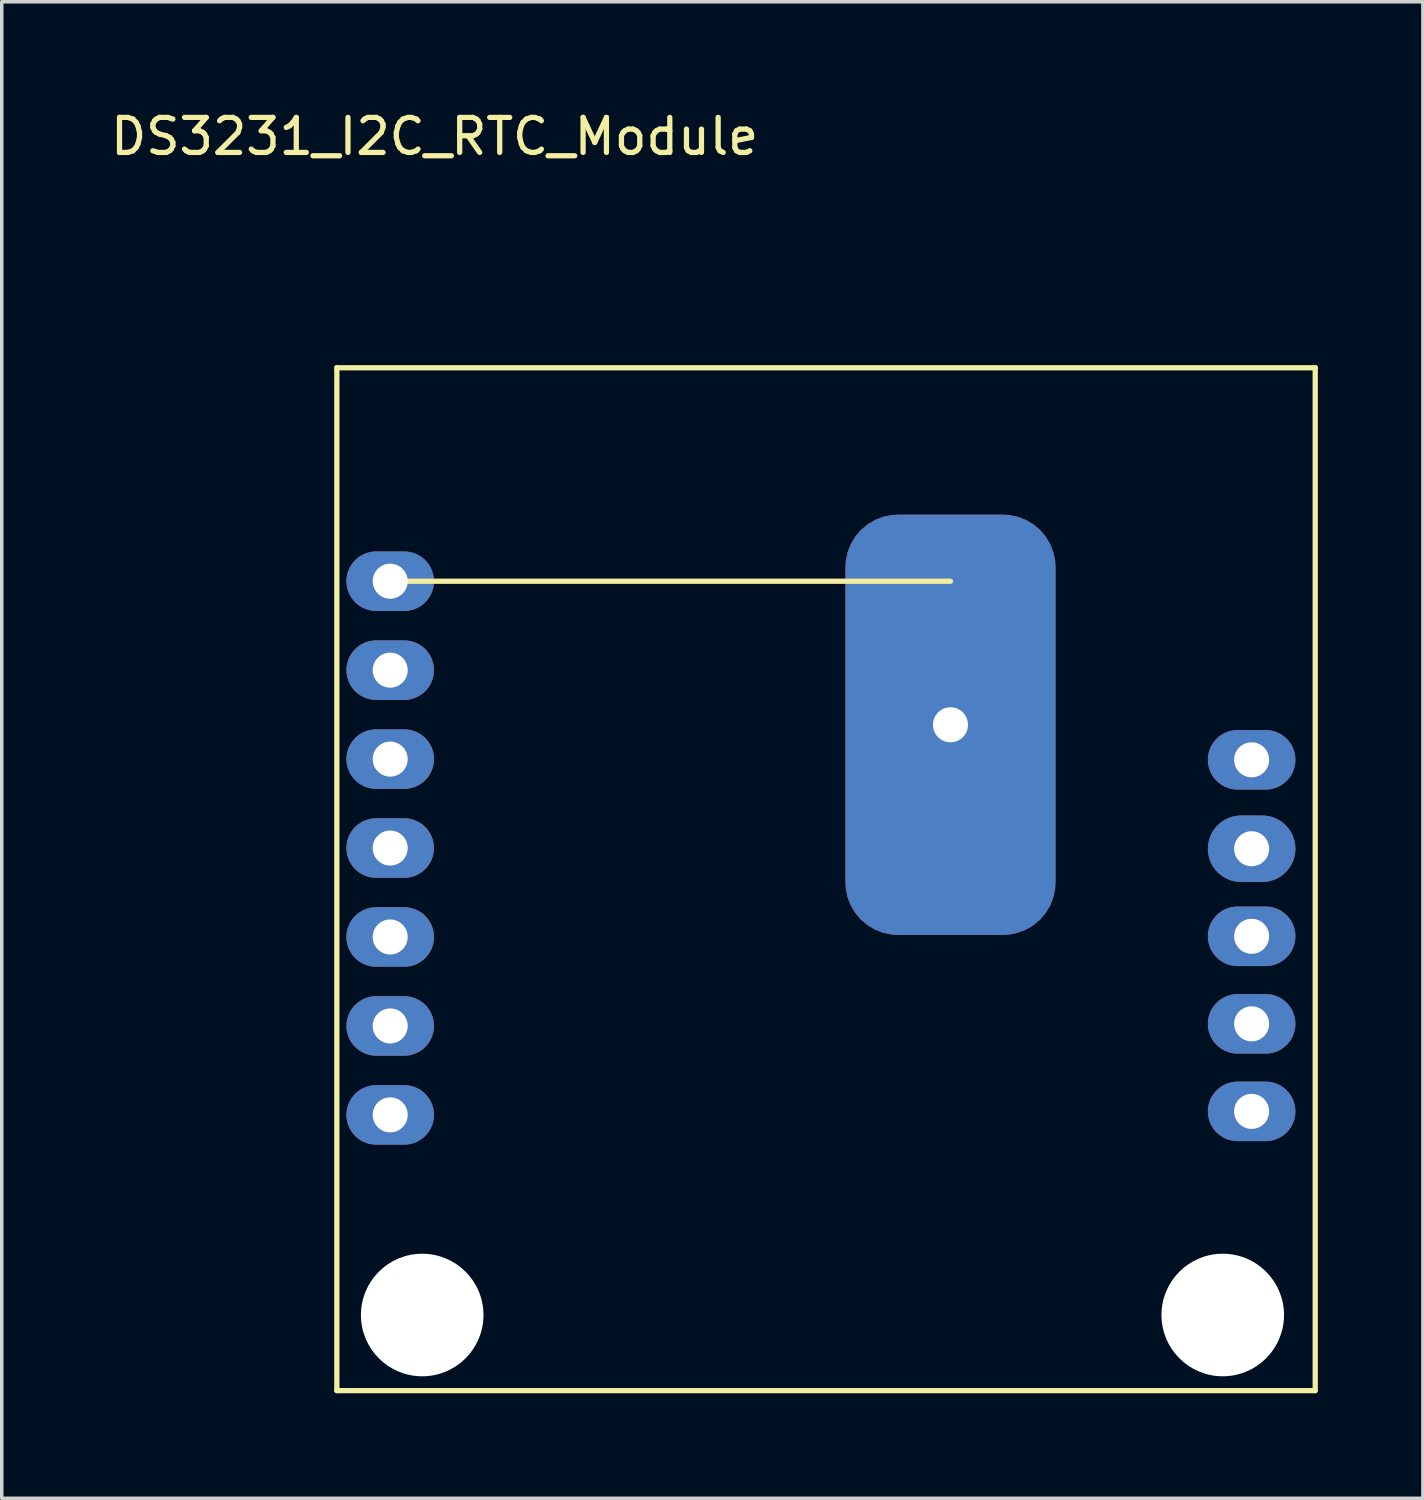
<source format=kicad_pcb>
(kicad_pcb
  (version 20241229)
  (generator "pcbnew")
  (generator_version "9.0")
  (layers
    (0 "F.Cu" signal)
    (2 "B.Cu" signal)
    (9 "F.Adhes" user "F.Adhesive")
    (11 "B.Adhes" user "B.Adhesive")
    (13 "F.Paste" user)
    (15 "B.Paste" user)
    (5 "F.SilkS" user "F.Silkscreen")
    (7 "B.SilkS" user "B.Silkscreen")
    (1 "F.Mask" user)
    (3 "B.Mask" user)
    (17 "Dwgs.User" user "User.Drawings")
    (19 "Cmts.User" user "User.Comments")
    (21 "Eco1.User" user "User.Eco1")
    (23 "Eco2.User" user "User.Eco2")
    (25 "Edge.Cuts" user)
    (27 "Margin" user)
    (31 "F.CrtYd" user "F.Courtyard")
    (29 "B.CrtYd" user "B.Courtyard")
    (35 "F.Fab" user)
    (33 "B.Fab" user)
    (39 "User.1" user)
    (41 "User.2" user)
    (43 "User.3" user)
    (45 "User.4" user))
  (footprint "DS3231_I2C_RTC_Module"
    (layer "F.Cu")
    (at 8.093 13.548)
    (property "Reference" "DS3231_I2C_RTC_Module" (at 1.27 -12.7 0) (layer "F.SilkS") (effects (font (size 1 1) (thickness 0.15))))
    (attr through_hole)
    (fp_line (start -1.524 -6.096) (end 26.416 -6.096) (stroke (width 0.15) (type solid)) (layer "F.SilkS"))
    (fp_line (start -1.524 23.114) (end -1.524 -6.096) (stroke (width 0.15) (type solid)) (layer "F.SilkS"))
    (fp_line (start 0 0) (end 16 0) (stroke (width 0.15) (type solid)) (layer "F.SilkS"))
    (fp_line (start 26.416 -6.096) (end 26.416 23.114) (stroke (width 0.15) (type solid)) (layer "F.SilkS"))
    (fp_line (start 26.416 23.114) (end -1.524 23.114) (stroke (width 0.15) (type solid)) (layer "F.SilkS"))
    (pad "" np_thru_hole circle (at 0.914 20.955) (size 3.5 3.5) (drill 3.5) (layers "*.Cu" "*.Mask"))
    (pad "" thru_hole roundrect (at 16 4.1) (size 6 12) (drill 1) (layers "*.Cu" "*.Mask") (roundrect_rratio 0.25))
    (pad "" np_thru_hole circle (at 23.775 20.955) (size 3.5 3.5) (drill 3.5) (layers "*.Cu" "*.Mask"))
    (pad "1" thru_hole oval (at 0 0) (size 2.5 1.7) (drill 1) (layers "*.Cu" "*.Mask"))
    (pad "2" thru_hole oval (at 0 2.54) (size 2.5 1.7) (drill 1) (layers "*.Cu" "*.Mask"))
    (pad "3" thru_hole oval (at 0 5.08) (size 2.5 1.7) (drill 1) (layers "*.Cu" "*.Mask"))
    (pad "4" thru_hole oval (at 0 7.62) (size 2.5 1.7) (drill 1) (layers "*.Cu" "*.Mask"))
    (pad "5" thru_hole oval (at 0 10.16) (size 2.5 1.7) (drill 1) (layers "*.Cu" "*.Mask"))
    (pad "6" thru_hole oval (at 0 12.7) (size 2.5 1.7) (drill 1) (layers "*.Cu" "*.Mask"))
    (pad "7" thru_hole oval (at 0 15.24) (size 2.5 1.7) (drill 1) (layers "*.Cu" "*.Mask"))
    (pad "8" thru_hole oval (at 24.6 5.1) (size 2.5 1.7) (drill 1) (layers "*.Cu" "*.Mask"))
    (pad "9" thru_hole oval (at 24.6 7.64) (size 2.5 1.9) (drill 1) (layers "*.Cu" "*.Mask"))
    (pad "10" thru_hole oval (at 24.6 10.14) (size 2.5 1.7) (drill 1) (layers "*.Cu" "*.Mask"))
    (pad "11" thru_hole oval (at 24.6 12.64) (size 2.5 1.7) (drill 1) (layers "*.Cu" "*.Mask"))
    (pad "12" thru_hole oval (at 24.6 15.14) (size 2.5 1.7) (drill 1) (layers "*.Cu" "*.Mask")))
  (gr_rect
    (start -3 -3)
    (end 37.584 39.737)
    (stroke (width 0.1) (type default))
    (fill no)
    (layer "Edge.Cuts")))
</source>
